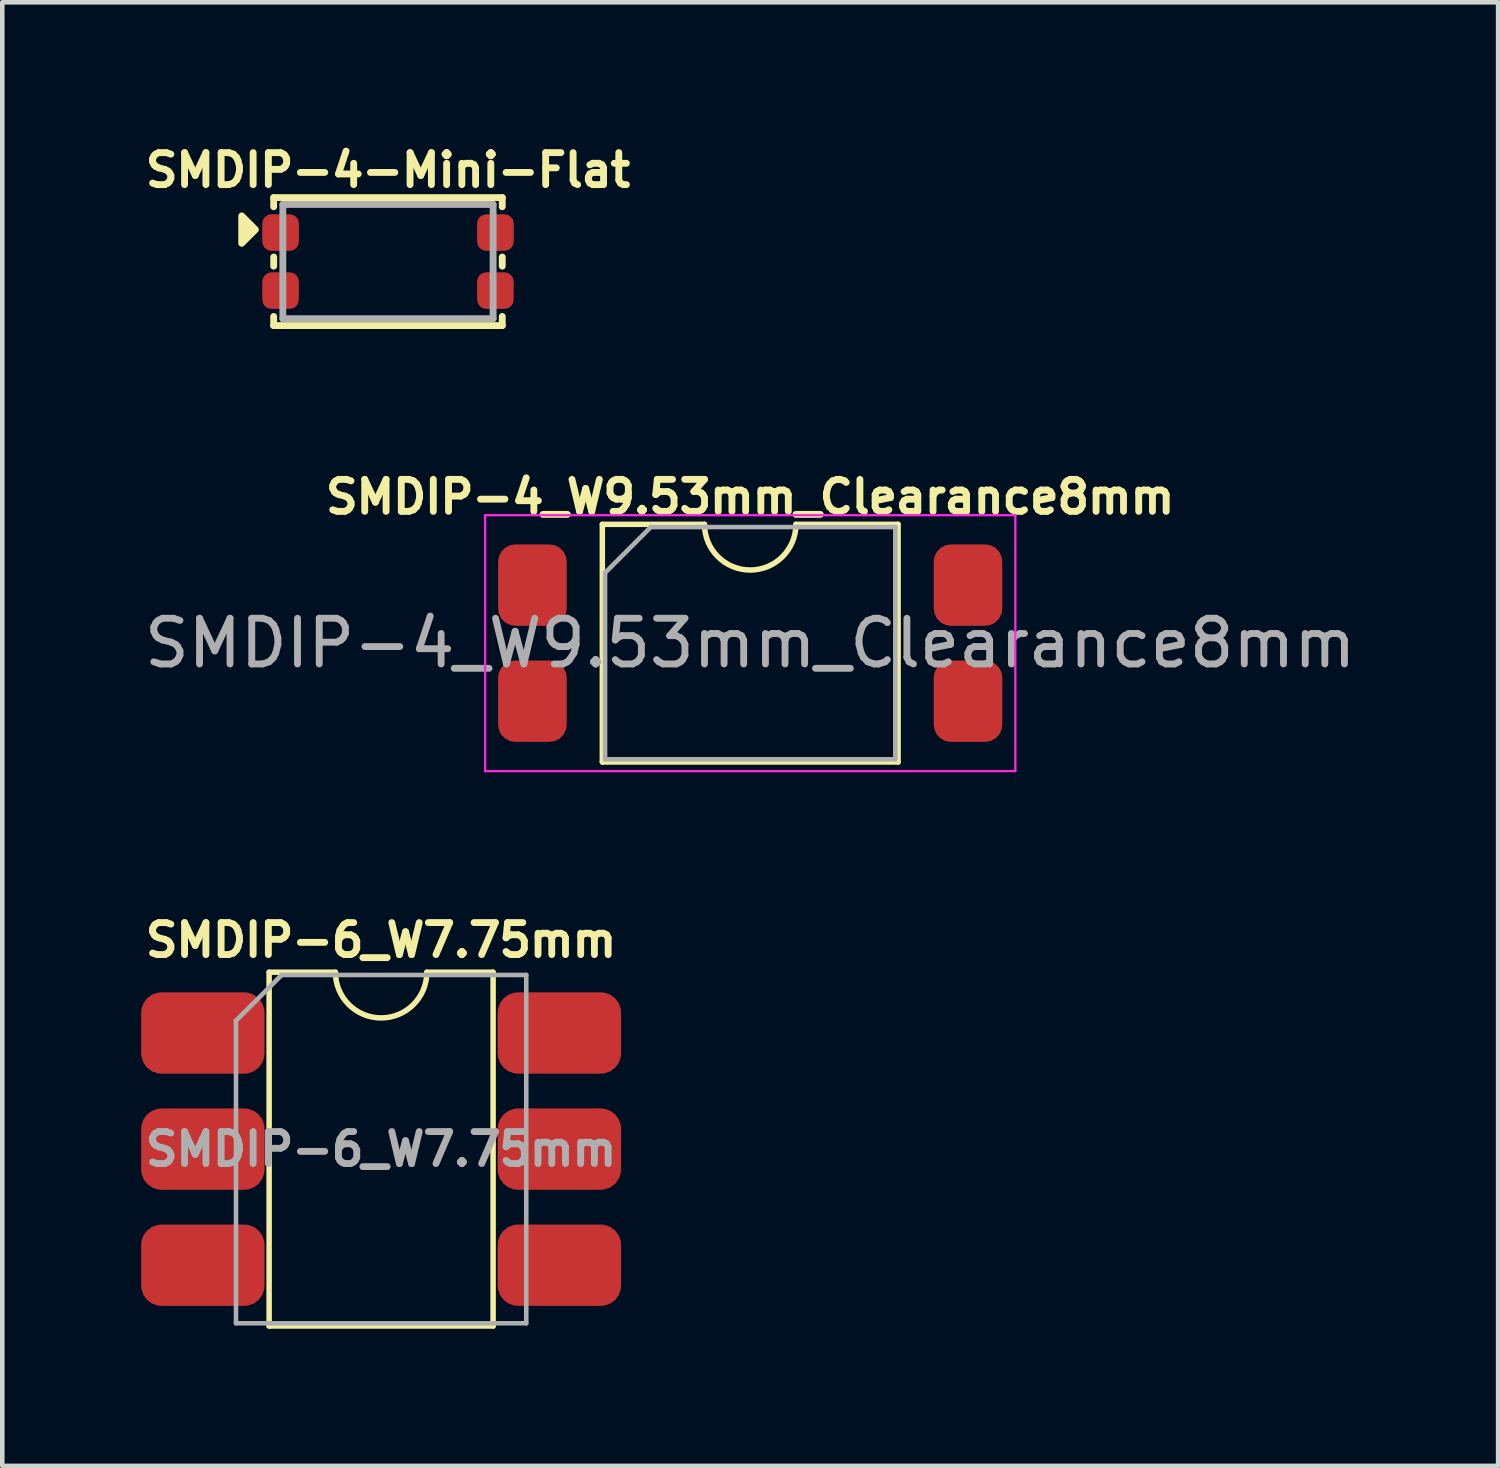
<source format=kicad_pcb>
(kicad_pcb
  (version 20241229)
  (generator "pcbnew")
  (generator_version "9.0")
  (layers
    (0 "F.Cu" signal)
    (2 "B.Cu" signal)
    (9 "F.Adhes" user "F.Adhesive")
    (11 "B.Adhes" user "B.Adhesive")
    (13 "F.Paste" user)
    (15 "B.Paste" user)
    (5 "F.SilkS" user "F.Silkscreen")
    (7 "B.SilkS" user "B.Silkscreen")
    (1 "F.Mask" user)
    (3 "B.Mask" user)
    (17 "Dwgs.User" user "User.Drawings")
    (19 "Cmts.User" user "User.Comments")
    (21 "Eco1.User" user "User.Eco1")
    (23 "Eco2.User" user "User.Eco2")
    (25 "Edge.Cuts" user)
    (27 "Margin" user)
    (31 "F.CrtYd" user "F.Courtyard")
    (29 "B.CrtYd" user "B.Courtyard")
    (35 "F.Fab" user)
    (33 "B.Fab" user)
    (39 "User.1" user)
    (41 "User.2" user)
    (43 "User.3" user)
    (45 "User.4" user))
  (footprint "SMDIP-4_W9.53mm_Clearance8mm"
    (layer "F.Cu")
    (at 13.363 11.021)
    (property "Reference" "SMDIP-4_W9.53mm_Clearance8mm" (at 0 -3.2 0) (layer "F.SilkS") (effects (font (size 0.7 0.7) (thickness 0.15))))
    (attr smd)
    (fp_line (start -3.235 -2.6) (end -3.235 2.6) (stroke (width 0.12) (type solid)) (layer "F.SilkS"))
    (fp_line (start -3.235 2.6) (end 3.235 2.6) (stroke (width 0.12) (type solid)) (layer "F.SilkS"))
    (fp_line (start -1 -2.6) (end -3.235 -2.6) (stroke (width 0.12) (type solid)) (layer "F.SilkS"))
    (fp_line (start 3.235 -2.6) (end 1 -2.6) (stroke (width 0.12) (type solid)) (layer "F.SilkS"))
    (fp_line (start 3.235 2.6) (end 3.235 -2.6) (stroke (width 0.12) (type solid)) (layer "F.SilkS"))
    (fp_arc (start 1 -2.6) (mid 0 -1.6) (end -1 -2.6) (stroke (width 0.12) (type solid)) (layer "F.SilkS"))
    (fp_line (start -5.8 -2.8) (end -5.8 2.8) (stroke (width 0.05) (type solid)) (layer "F.CrtYd"))
    (fp_line (start -5.8 2.8) (end 5.8 2.8) (stroke (width 0.05) (type solid)) (layer "F.CrtYd"))
    (fp_line (start 5.8 -2.8) (end -5.8 -2.8) (stroke (width 0.05) (type solid)) (layer "F.CrtYd"))
    (fp_line (start 5.8 2.8) (end 5.8 -2.8) (stroke (width 0.05) (type solid)) (layer "F.CrtYd"))
    (fp_line (start -3.175 -1.54) (end -2.175 -2.54) (stroke (width 0.1) (type solid)) (layer "F.Fab"))
    (fp_line (start -3.175 2.54) (end -3.175 -1.54) (stroke (width 0.1) (type solid)) (layer "F.Fab"))
    (fp_line (start -2.175 -2.54) (end 3.175 -2.54) (stroke (width 0.1) (type solid)) (layer "F.Fab"))
    (fp_line (start 3.175 -2.54) (end 3.175 2.54) (stroke (width 0.1) (type solid)) (layer "F.Fab"))
    (fp_line (start 3.175 2.54) (end -3.175 2.54) (stroke (width 0.1) (type solid)) (layer "F.Fab"))
    (fp_text user "${REFERENCE}" (at 0 0 0) (layer "F.Fab") (effects (font (size 1 1) (thickness 0.15))))
    (pad "1" smd roundrect (at -4.765 -1.27) (size 1.5 1.78) (layers "F.Cu" "F.Mask" "F.Paste") (roundrect_rratio 0.25))
    (pad "2" smd roundrect (at -4.765 1.27) (size 1.5 1.78) (layers "F.Cu" "F.Mask" "F.Paste") (roundrect_rratio 0.25))
    (pad "3" smd roundrect (at 4.765 1.27) (size 1.5 1.78) (layers "F.Cu" "F.Mask" "F.Paste") (roundrect_rratio 0.25))
    (pad "4" smd roundrect (at 4.765 -1.27) (size 1.5 1.78) (layers "F.Cu" "F.Mask" "F.Paste") (roundrect_rratio 0.25)))
  (footprint "SMDIP-6_W7.75mm"
    (layer "F.Cu")
    (at 5.288 22.09)
    (property "Reference" "SMDIP-6_W7.75mm" (at 0 -4.572 0) (layer "F.SilkS") (effects (font (size 0.7 0.7) (thickness 0.15))))
    (attr smd)
    (fp_line (start -2.45 -3.87) (end -2.45 3.87) (stroke (width 0.12) (type solid)) (layer "F.SilkS"))
    (fp_line (start -2.45 3.87) (end 2.45 3.87) (stroke (width 0.12) (type solid)) (layer "F.SilkS"))
    (fp_line (start -1 -3.87) (end -2.45 -3.87) (stroke (width 0.12) (type solid)) (layer "F.SilkS"))
    (fp_line (start 2.45 -3.87) (end 1 -3.87) (stroke (width 0.12) (type solid)) (layer "F.SilkS"))
    (fp_line (start 2.45 3.87) (end 2.45 -3.87) (stroke (width 0.12) (type solid)) (layer "F.SilkS"))
    (fp_arc (start 1 -3.87) (mid 0 -2.87) (end -1 -3.87) (stroke (width 0.12) (type solid)) (layer "F.SilkS"))
    (fp_line (start -3.175 -2.81) (end -2.175 -3.81) (stroke (width 0.1) (type solid)) (layer "F.Fab"))
    (fp_line (start -3.175 3.81) (end -3.175 -2.81) (stroke (width 0.1) (type solid)) (layer "F.Fab"))
    (fp_line (start -2.175 -3.81) (end 3.175 -3.81) (stroke (width 0.1) (type solid)) (layer "F.Fab"))
    (fp_line (start 3.175 -3.81) (end 3.175 3.81) (stroke (width 0.1) (type solid)) (layer "F.Fab"))
    (fp_line (start 3.175 3.81) (end -3.175 3.81) (stroke (width 0.1) (type solid)) (layer "F.Fab"))
    (fp_text user "${REFERENCE}" (at 0 0 0) (layer "F.Fab") (effects (font (size 0.7 0.7) (thickness 0.15))))
    (pad "1" smd roundrect (at -3.9 -2.54) (size 2.7 1.78) (layers "F.Cu" "F.Mask" "F.Paste") (roundrect_rratio 0.25))
    (pad "2" smd roundrect (at -3.9 0) (size 2.7 1.78) (layers "F.Cu" "F.Mask" "F.Paste") (roundrect_rratio 0.25))
    (pad "3" smd roundrect (at -3.9 2.54) (size 2.7 1.78) (layers "F.Cu" "F.Mask" "F.Paste") (roundrect_rratio 0.25))
    (pad "4" smd roundrect (at 3.9 2.54) (size 2.7 1.78) (layers "F.Cu" "F.Mask" "F.Paste") (roundrect_rratio 0.25))
    (pad "5" smd roundrect (at 3.9 0) (size 2.7 1.78) (layers "F.Cu" "F.Mask" "F.Paste") (roundrect_rratio 0.25))
    (pad "6" smd roundrect (at 3.9 -2.54) (size 2.7 1.78) (layers "F.Cu" "F.Mask" "F.Paste") (roundrect_rratio 0.25)))
  (footprint "SMDIP-4-Mini-Flat"
    (layer "F.Cu")
    (at 5.438 2.673)
    (property "Reference" "SMDIP-4-Mini-Flat" (at 0 -2 0) (layer "F.SilkS") (effects (font (size 0.7 0.7) (thickness 0.15))))
    (attr smd)
    (fp_line (start -2.5 -1.4) (end 2.5 -1.4) (stroke (width 0.15) (type solid)) (layer "F.SilkS"))
    (fp_line (start -2.5 -1.2) (end -2.5 -1.4) (stroke (width 0.15) (type solid)) (layer "F.SilkS"))
    (fp_line (start -2.5 0.1) (end -2.5 -0.1) (stroke (width 0.15) (type solid)) (layer "F.SilkS"))
    (fp_line (start -2.5 1.4) (end -2.5 1.2) (stroke (width 0.15) (type solid)) (layer "F.SilkS"))
    (fp_line (start 2.5 -1.4) (end 2.5 -1.2) (stroke (width 0.15) (type solid)) (layer "F.SilkS"))
    (fp_line (start 2.5 -0.1) (end 2.5 0.1) (stroke (width 0.15) (type solid)) (layer "F.SilkS"))
    (fp_line (start 2.5 1.2) (end 2.5 1.4) (stroke (width 0.15) (type solid)) (layer "F.SilkS"))
    (fp_line (start 2.5 1.4) (end -2.5 1.4) (stroke (width 0.15) (type solid)) (layer "F.SilkS"))
    (fp_poly (pts (xy -2.9 -0.7) (xy -3.2 -1) (xy -3.2 -0.4)) (stroke (width 0.15) (type solid)) (fill yes) (layer "F.SilkS"))
    (fp_line (start -2.3 -1.25) (end 2.3 -1.25) (stroke (width 0.15) (type solid)) (layer "F.Fab"))
    (fp_line (start -2.3 1.25) (end -2.3 -1.25) (stroke (width 0.15) (type solid)) (layer "F.Fab"))
    (fp_line (start 2.3 -1.25) (end 2.3 1.25) (stroke (width 0.15) (type solid)) (layer "F.Fab"))
    (fp_line (start 2.3 1.25) (end -2.3 1.25) (stroke (width 0.15) (type solid)) (layer "F.Fab"))
    (pad "1" smd roundrect (at -2.35 -0.635 90) (size 0.8 0.8) (layers "F.Cu" "F.Mask" "F.Paste") (roundrect_rratio 0.25))
    (pad "2" smd roundrect (at -2.35 0.635 90) (size 0.8 0.8) (layers "F.Cu" "F.Mask" "F.Paste") (roundrect_rratio 0.25))
    (pad "3" smd roundrect (at 2.35 0.635 90) (size 0.8 0.8) (layers "F.Cu" "F.Mask" "F.Paste") (roundrect_rratio 0.25))
    (pad "4" smd roundrect (at 2.35 -0.635 90) (size 0.8 0.8) (layers "F.Cu" "F.Mask" "F.Paste") (roundrect_rratio 0.25)))
  (gr_rect
    (start -3 -3)
    (end 29.726 29.02)
    (stroke (width 0.1) (type default))
    (fill no)
    (layer "Edge.Cuts")))
</source>
